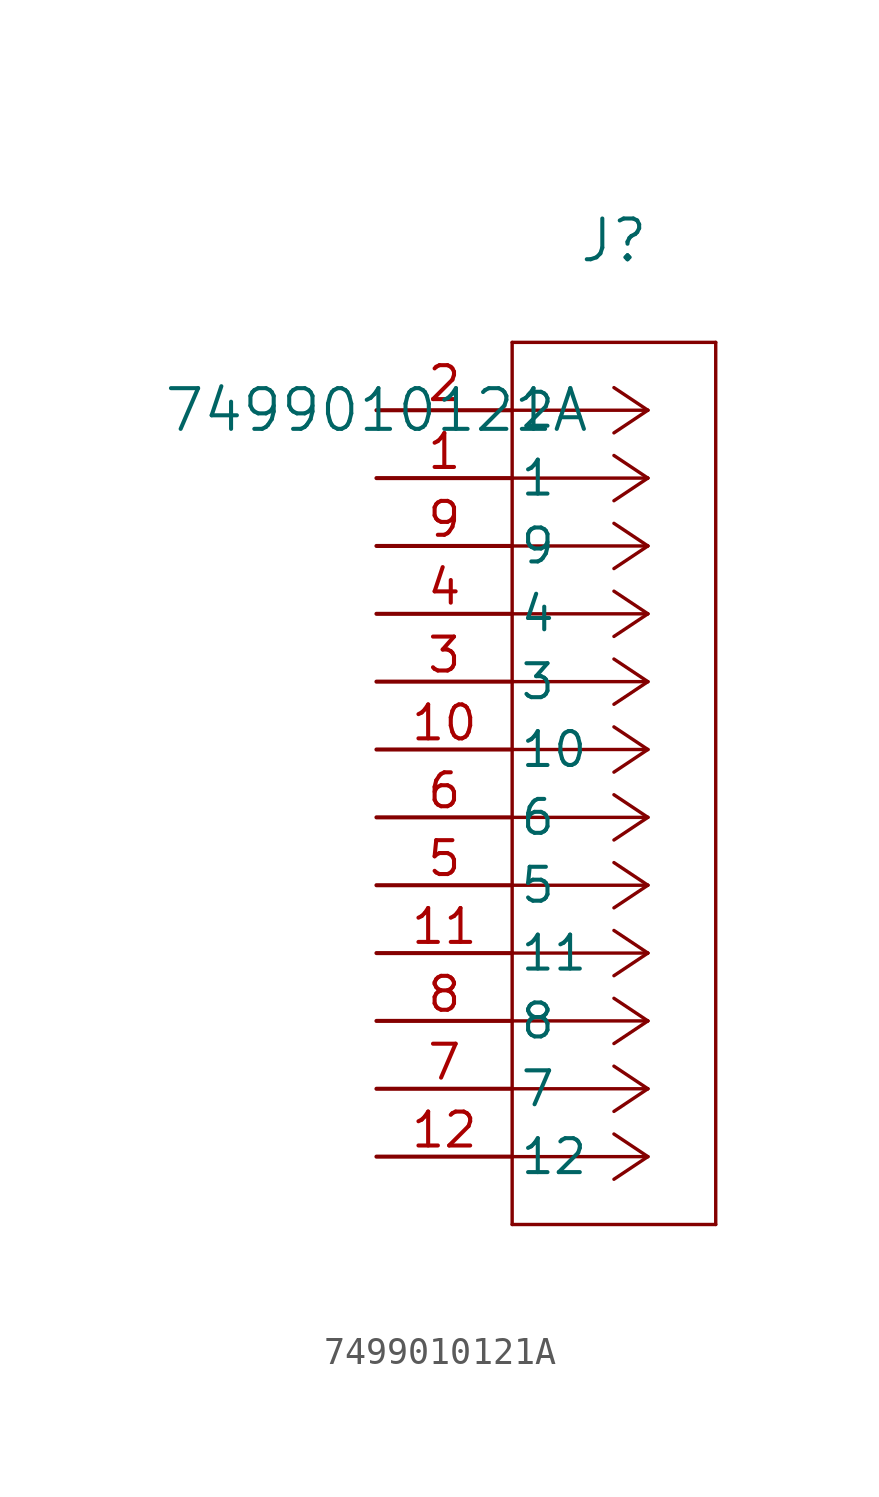
<source format=kicad_sym>
(kicad_symbol_lib
  (version 20211014)
  (generator kicad_symbol_editor)
  (symbol "7499010121A"
    (pin_names
      (offset 0.254))
    (property "Reference" "J"
      (at 8.89 6.35 0)
      (effects (font (size 1.524 1.524))))
    (property "Value" "7499010121A"
      (at 0 0 0)
      (effects (font (size 1.524 1.524))))
    (symbol "7499010121A_0_1"
      (polyline (pts (xy 10.16 0) (xy 5.08 0)) (stroke (width 0.127) (type default) (color 0 0 0 0)) (fill (type none)))
      (polyline (pts (xy 10.16 -2.54) (xy 5.08 -2.54)) (stroke (width 0.127) (type default) (color 0 0 0 0)) (fill (type none)))
      (polyline (pts (xy 10.16 -5.08) (xy 5.08 -5.08)) (stroke (width 0.127) (type default) (color 0 0 0 0)) (fill (type none)))
      (polyline (pts (xy 10.16 -7.62) (xy 5.08 -7.62)) (stroke (width 0.127) (type default) (color 0 0 0 0)) (fill (type none)))
      (polyline (pts (xy 10.16 -10.16) (xy 5.08 -10.16)) (stroke (width 0.127) (type default) (color 0 0 0 0)) (fill (type none)))
      (polyline (pts (xy 10.16 -12.7) (xy 5.08 -12.7)) (stroke (width 0.127) (type default) (color 0 0 0 0)) (fill (type none)))
      (polyline (pts (xy 10.16 -15.24) (xy 5.08 -15.24)) (stroke (width 0.127) (type default) (color 0 0 0 0)) (fill (type none)))
      (polyline (pts (xy 10.16 -17.78) (xy 5.08 -17.78)) (stroke (width 0.127) (type default) (color 0 0 0 0)) (fill (type none)))
      (polyline (pts (xy 10.16 -20.32) (xy 5.08 -20.32)) (stroke (width 0.127) (type default) (color 0 0 0 0)) (fill (type none)))
      (polyline (pts (xy 10.16 -22.86) (xy 5.08 -22.86)) (stroke (width 0.127) (type default) (color 0 0 0 0)) (fill (type none)))
      (polyline (pts (xy 10.16 -25.4) (xy 5.08 -25.4)) (stroke (width 0.127) (type default) (color 0 0 0 0)) (fill (type none)))
      (polyline (pts (xy 10.16 -27.94) (xy 5.08 -27.94)) (stroke (width 0.127) (type default) (color 0 0 0 0)) (fill (type none)))
      (polyline (pts (xy 10.16 0) (xy 8.89 0.847)) (stroke (width 0.127) (type default) (color 0 0 0 0)) (fill (type none)))
      (polyline (pts (xy 10.16 -2.54) (xy 8.89 -1.693)) (stroke (width 0.127) (type default) (color 0 0 0 0)) (fill (type none)))
      (polyline (pts (xy 10.16 -5.08) (xy 8.89 -4.233)) (stroke (width 0.127) (type default) (color 0 0 0 0)) (fill (type none)))
      (polyline (pts (xy 10.16 -7.62) (xy 8.89 -6.773)) (stroke (width 0.127) (type default) (color 0 0 0 0)) (fill (type none)))
      (polyline (pts (xy 10.16 -10.16) (xy 8.89 -9.313)) (stroke (width 0.127) (type default) (color 0 0 0 0)) (fill (type none)))
      (polyline (pts (xy 10.16 -12.7) (xy 8.89 -11.853)) (stroke (width 0.127) (type default) (color 0 0 0 0)) (fill (type none)))
      (polyline (pts (xy 10.16 -15.24) (xy 8.89 -14.393)) (stroke (width 0.127) (type default) (color 0 0 0 0)) (fill (type none)))
      (polyline (pts (xy 10.16 -17.78) (xy 8.89 -16.933)) (stroke (width 0.127) (type default) (color 0 0 0 0)) (fill (type none)))
      (polyline (pts (xy 10.16 -20.32) (xy 8.89 -19.473)) (stroke (width 0.127) (type default) (color 0 0 0 0)) (fill (type none)))
      (polyline (pts (xy 10.16 -22.86) (xy 8.89 -22.013)) (stroke (width 0.127) (type default) (color 0 0 0 0)) (fill (type none)))
      (polyline (pts (xy 10.16 -25.4) (xy 8.89 -24.553)) (stroke (width 0.127) (type default) (color 0 0 0 0)) (fill (type none)))
      (polyline (pts (xy 10.16 -27.94) (xy 8.89 -27.093)) (stroke (width 0.127) (type default) (color 0 0 0 0)) (fill (type none)))
      (polyline (pts (xy 10.16 0) (xy 8.89 -0.847)) (stroke (width 0.127) (type default) (color 0 0 0 0)) (fill (type none)))
      (polyline (pts (xy 10.16 -2.54) (xy 8.89 -3.387)) (stroke (width 0.127) (type default) (color 0 0 0 0)) (fill (type none)))
      (polyline (pts (xy 10.16 -5.08) (xy 8.89 -5.927)) (stroke (width 0.127) (type default) (color 0 0 0 0)) (fill (type none)))
      (polyline (pts (xy 10.16 -7.62) (xy 8.89 -8.467)) (stroke (width 0.127) (type default) (color 0 0 0 0)) (fill (type none)))
      (polyline (pts (xy 10.16 -10.16) (xy 8.89 -11.007)) (stroke (width 0.127) (type default) (color 0 0 0 0)) (fill (type none)))
      (polyline (pts (xy 10.16 -12.7) (xy 8.89 -13.547)) (stroke (width 0.127) (type default) (color 0 0 0 0)) (fill (type none)))
      (polyline (pts (xy 10.16 -15.24) (xy 8.89 -16.087)) (stroke (width 0.127) (type default) (color 0 0 0 0)) (fill (type none)))
      (polyline (pts (xy 10.16 -17.78) (xy 8.89 -18.627)) (stroke (width 0.127) (type default) (color 0 0 0 0)) (fill (type none)))
      (polyline (pts (xy 10.16 -20.32) (xy 8.89 -21.167)) (stroke (width 0.127) (type default) (color 0 0 0 0)) (fill (type none)))
      (polyline (pts (xy 10.16 -22.86) (xy 8.89 -23.707)) (stroke (width 0.127) (type default) (color 0 0 0 0)) (fill (type none)))
      (polyline (pts (xy 10.16 -25.4) (xy 8.89 -26.247)) (stroke (width 0.127) (type default) (color 0 0 0 0)) (fill (type none)))
      (polyline (pts (xy 10.16 -27.94) (xy 8.89 -28.787)) (stroke (width 0.127) (type default) (color 0 0 0 0)) (fill (type none)))
      (polyline (pts (xy 5.08 2.54) (xy 5.08 -30.48)) (stroke (width 0.127) (type default) (color 0 0 0 0)) (fill (type none)))
      (polyline (pts (xy 5.08 -30.48) (xy 12.7 -30.48)) (stroke (width 0.127) (type default) (color 0 0 0 0)) (fill (type none)))
      (polyline (pts (xy 12.7 -30.48) (xy 12.7 2.54)) (stroke (width 0.127) (type default) (color 0 0 0 0)) (fill (type none)))
      (polyline (pts (xy 12.7 2.54) (xy 5.08 2.54)) (stroke (width 0.127) (type default) (color 0 0 0 0)) (fill (type none)))
      (pin unspecified line (at 0 0 0) (length 5.08) (name "2" (effects (font (size 1.27 1.27)))) (number "2" (effects (font (size 1.27 1.27)))))
      (pin unspecified line (at 0 -2.54 0) (length 5.08) (name "1" (effects (font (size 1.27 1.27)))) (number "1" (effects (font (size 1.27 1.27)))))
      (pin unspecified line (at 0 -5.08 0) (length 5.08) (name "9" (effects (font (size 1.27 1.27)))) (number "9" (effects (font (size 1.27 1.27)))))
      (pin unspecified line (at 0 -7.62 0) (length 5.08) (name "4" (effects (font (size 1.27 1.27)))) (number "4" (effects (font (size 1.27 1.27)))))
      (pin unspecified line (at 0 -10.16 0) (length 5.08) (name "3" (effects (font (size 1.27 1.27)))) (number "3" (effects (font (size 1.27 1.27)))))
      (pin unspecified line (at 0 -12.7 0) (length 5.08) (name "10" (effects (font (size 1.27 1.27)))) (number "10" (effects (font (size 1.27 1.27)))))
      (pin unspecified line (at 0 -15.24 0) (length 5.08) (name "6" (effects (font (size 1.27 1.27)))) (number "6" (effects (font (size 1.27 1.27)))))
      (pin unspecified line (at 0 -17.78 0) (length 5.08) (name "5" (effects (font (size 1.27 1.27)))) (number "5" (effects (font (size 1.27 1.27)))))
      (pin unspecified line (at 0 -20.32 0) (length 5.08) (name "11" (effects (font (size 1.27 1.27)))) (number "11" (effects (font (size 1.27 1.27)))))
      (pin unspecified line (at 0 -22.86 0) (length 5.08) (name "8" (effects (font (size 1.27 1.27)))) (number "8" (effects (font (size 1.27 1.27)))))
      (pin unspecified line (at 0 -25.4 0) (length 5.08) (name "7" (effects (font (size 1.27 1.27)))) (number "7" (effects (font (size 1.27 1.27)))))
      (pin unspecified line (at 0 -27.94 0) (length 5.08) (name "12" (effects (font (size 1.27 1.27)))) (number "12" (effects (font (size 1.27 1.27))))))))
</source>
